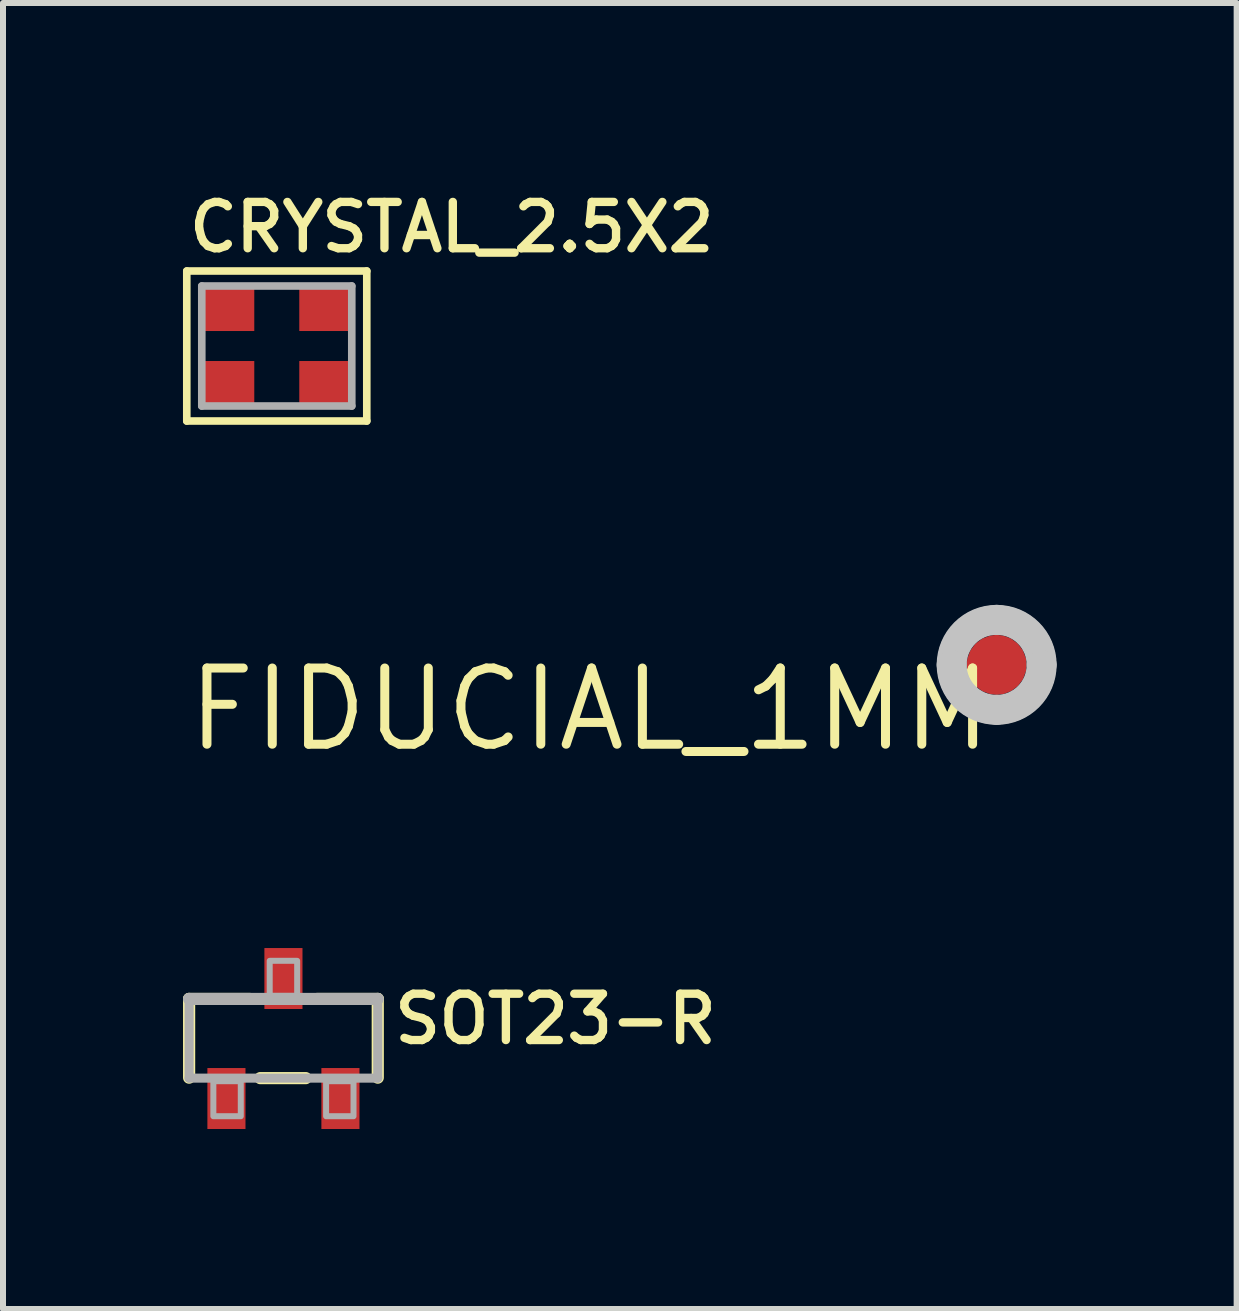
<source format=kicad_pcb>
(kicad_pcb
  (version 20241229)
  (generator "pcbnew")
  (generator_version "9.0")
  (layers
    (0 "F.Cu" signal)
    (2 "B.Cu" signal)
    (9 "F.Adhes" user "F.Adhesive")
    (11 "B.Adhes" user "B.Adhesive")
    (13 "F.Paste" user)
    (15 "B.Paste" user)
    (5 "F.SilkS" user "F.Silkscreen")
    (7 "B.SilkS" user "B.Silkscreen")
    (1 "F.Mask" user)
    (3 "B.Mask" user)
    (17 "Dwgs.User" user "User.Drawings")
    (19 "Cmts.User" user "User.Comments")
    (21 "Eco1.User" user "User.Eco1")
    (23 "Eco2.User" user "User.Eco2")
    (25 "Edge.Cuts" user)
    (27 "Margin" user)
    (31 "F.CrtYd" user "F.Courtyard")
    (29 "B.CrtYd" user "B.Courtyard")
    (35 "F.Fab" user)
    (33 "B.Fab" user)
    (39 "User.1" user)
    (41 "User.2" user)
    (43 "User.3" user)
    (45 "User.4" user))
  (footprint "CRYSTAL_2.5X2"
    (layer "F.Cu")
    (at 1.563 2.717)
    (property "Reference" "CRYSTAL_2.5X2" (at -1.532 -1.528 180) (layer "F.SilkS") (effects (font (size 0.772 0.772) (thickness 0.139)) (justify left bottom)))
    (attr through_hole)
    (fp_line (start -1.5 -1.25) (end 1.5 -1.25) (stroke (width 0.127) (type solid)) (layer "F.SilkS"))
    (fp_line (start -1.5 1.25) (end -1.5 -1.25) (stroke (width 0.127) (type solid)) (layer "F.SilkS"))
    (fp_line (start 1.5 -1.25) (end 1.5 1.25) (stroke (width 0.127) (type solid)) (layer "F.SilkS"))
    (fp_line (start 1.5 1.25) (end -1.5 1.25) (stroke (width 0.127) (type solid)) (layer "F.SilkS"))
    (fp_line (start -1.25 -1) (end 1.25 -1) (stroke (width 0.127) (type solid)) (layer "F.Fab"))
    (fp_line (start -1.25 1) (end -1.25 -1) (stroke (width 0.127) (type solid)) (layer "F.Fab"))
    (fp_line (start 1.25 -1) (end 1.25 1) (stroke (width 0.127) (type solid)) (layer "F.Fab"))
    (fp_line (start 1.25 1) (end -1.25 1) (stroke (width 0.127) (type solid)) (layer "F.Fab"))
    (pad "1" smd rect (at -0.825 0.625) (size 0.9 0.75) (layers "F.Cu" "F.Mask" "F.Paste"))
    (pad "2" smd rect (at 0.825 0.625) (size 0.9 0.75) (layers "F.Cu" "F.Mask" "F.Paste"))
    (pad "3" smd rect (at 0.825 -0.625) (size 0.9 0.75) (layers "F.Cu" "F.Mask" "F.Paste"))
    (pad "4" smd rect (at -0.825 -0.625) (size 0.9 0.75) (layers "F.Cu" "F.Mask" "F.Paste")))
  (footprint "SOT23-R"
    (layer "F.Cu")
    (at 1.674 14.259)
    (property "Reference" "SOT23-R" (at 1.778 0.127 0) (layer "F.SilkS") (effects (font (size 0.772 0.772) (thickness 0.139)) (justify left bottom)))
    (attr through_hole)
    (fp_line (start -1.572 -0.66) (end -0.564 -0.66) (stroke (width 0.203) (type solid)) (layer "F.SilkS"))
    (fp_line (start -1.572 0.652) (end -1.572 -0.66) (stroke (width 0.203) (type solid)) (layer "F.SilkS"))
    (fp_line (start 0.372 0.66) (end -0.386 0.66) (stroke (width 0.203) (type solid)) (layer "F.SilkS"))
    (fp_line (start 0.564 -0.66) (end 1.572 -0.66) (stroke (width 0.203) (type solid)) (layer "F.SilkS"))
    (fp_line (start 1.572 -0.66) (end 1.572 0.652) (stroke (width 0.203) (type solid)) (layer "F.SilkS"))
    (fp_line (start -1.572 -0.66) (end 1.572 -0.66) (stroke (width 0.203) (type solid)) (layer "F.Fab"))
    (fp_line (start -1.572 0.66) (end -1.572 -0.66) (stroke (width 0.152) (type solid)) (layer "F.Fab"))
    (fp_line (start 1.572 -0.66) (end 1.572 0.66) (stroke (width 0.152) (type solid)) (layer "F.Fab"))
    (fp_line (start 1.572 0.66) (end -1.572 0.66) (stroke (width 0.152) (type solid)) (layer "F.Fab"))
    (fp_poly (pts (xy -1.168 1.295) (xy -0.711 1.295) (xy -0.711 0.711) (xy -1.168 0.711)) (stroke (width 0.1) (type solid)) (fill no) (layer "F.Fab"))
    (fp_poly (pts (xy -0.229 -0.711) (xy 0.229 -0.711) (xy 0.229 -1.295) (xy -0.229 -1.295)) (stroke (width 0.1) (type solid)) (fill no) (layer "F.Fab"))
    (fp_poly (pts (xy 0.711 1.295) (xy 1.168 1.295) (xy 1.168 0.711) (xy 0.711 0.711)) (stroke (width 0.1) (type solid)) (fill no) (layer "F.Fab"))
    (pad "1" smd rect (at -0.95 1) (size 0.635 1.016) (layers "F.Cu" "F.Mask" "F.Paste"))
    (pad "2" smd rect (at 0.95 1) (size 0.635 1.016) (layers "F.Cu" "F.Mask" "F.Paste"))
    (pad "3" smd rect (at 0 -1) (size 0.635 1.016) (layers "F.Cu" "F.Mask" "F.Paste")))
  (footprint "FIDUCIAL_1MM"
    (layer "F.Cu")
    (at 13.561 8.031)
    (property "Reference" "FIDUCIAL_1MM" (at 0 0 0) (layer "F.SilkS") (effects (font (size 1.27 1.27) (thickness 0.15)) (justify right top)))
    (attr through_hole)
    (fp_arc (start -0.75 0) (mid -0.53033 -0.53033) (end 0 -0.75) (stroke (width 0.4699) (type solid)) (layer "F.Mask"))
    (fp_arc (start 0 -0.75) (mid 0.53033 -0.53033) (end 0.75 0) (stroke (width 0.4699) (type solid)) (layer "F.Mask"))
    (fp_arc (start 0 0.75) (mid -0.53033 0.53033) (end -0.75 0) (stroke (width 0.4699) (type solid)) (layer "F.Mask"))
    (fp_arc (start 0.75 0) (mid 0.53033 0.53033) (end 0 0.75) (stroke (width 0.4699) (type solid)) (layer "F.Mask"))
    (fp_arc (start -0.75 0) (mid -0.53033 -0.53033) (end 0 -0.75) (stroke (width 0.4826) (type solid)) (layer "Dwgs.User"))
    (fp_arc (start -0.75 0) (mid -0.53033 -0.53033) (end 0 -0.75) (stroke (width 0.5) (type solid)) (layer "Dwgs.User"))
    (fp_arc (start 0 -0.75) (mid 0.53033 -0.53033) (end 0.75 0) (stroke (width 0.4826) (type solid)) (layer "Dwgs.User"))
    (fp_arc (start 0 -0.75) (mid 0.53033 -0.53033) (end 0.75 0) (stroke (width 0.5) (type solid)) (layer "Dwgs.User"))
    (fp_arc (start 0 0.75) (mid -0.53033 0.53033) (end -0.75 0) (stroke (width 0.4826) (type solid)) (layer "Dwgs.User"))
    (fp_arc (start 0 0.75) (mid -0.53033 0.53033) (end -0.75 0) (stroke (width 0.5) (type solid)) (layer "Dwgs.User"))
    (fp_arc (start 0.75 0) (mid 0.53033 0.53033) (end 0 0.75) (stroke (width 0.4826) (type solid)) (layer "Dwgs.User"))
    (fp_arc (start 0.75 0) (mid 0.53033 0.53033) (end 0 0.75) (stroke (width 0.5) (type solid)) (layer "Dwgs.User"))
    (pad "1" smd roundrect (at 0 0) (size 1 1) (layers "F.Cu" "F.Mask") (roundrect_rratio 0.5)))
  (gr_rect
    (start -3 -3)
    (end 17.561 18.767)
    (stroke (width 0.1) (type default))
    (fill no)
    (layer "Edge.Cuts")))
</source>
